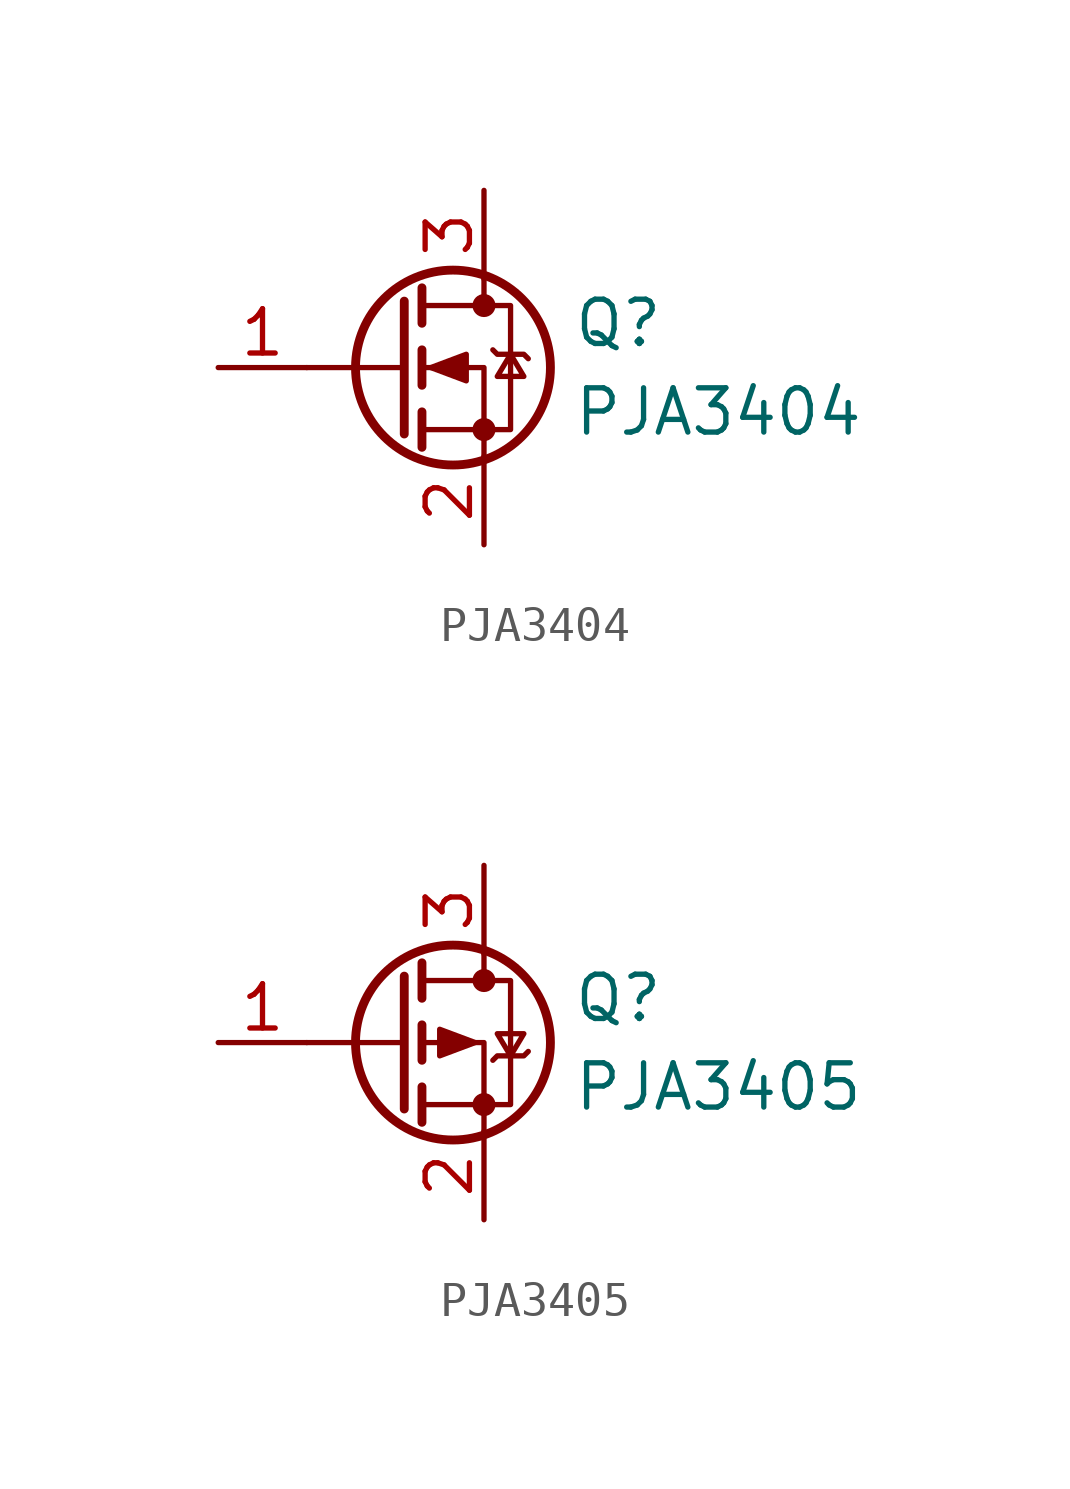
<source format=kicad_sym>
(kicad_symbol_lib
  (version 20211014)
  (generator kicad_symbol_editor)
  (symbol "PJA3404"
    (pin_names hide)
    (property "Reference" "Q"
      (at 5.08 1.27 0)
      (effects (font (size 1.27 1.27)) (justify left)))
    (property "Value" "PJA3404"
      (at 5.08 -1.27 0)
      (effects (font (size 1.27 1.27)) (justify left)))
    (symbol "PJA3404_0_1"
      (polyline (pts (xy 0.254 0) (xy -2.54 0)) (stroke (width 0) (type default) (color 0 0 0 0)) (fill (type none)))
      (polyline (pts (xy 0.254 1.905) (xy 0.254 -1.905)) (stroke (width 0.254) (type default) (color 0 0 0 0)) (fill (type none)))
      (polyline (pts (xy 0.762 -1.27) (xy 0.762 -2.286)) (stroke (width 0.254) (type default) (color 0 0 0 0)) (fill (type none)))
      (polyline (pts (xy 0.762 0.508) (xy 0.762 -0.508)) (stroke (width 0.254) (type default) (color 0 0 0 0)) (fill (type none)))
      (polyline (pts (xy 0.762 2.286) (xy 0.762 1.27)) (stroke (width 0.254) (type default) (color 0 0 0 0)) (fill (type none)))
      (polyline (pts (xy 2.54 2.54) (xy 2.54 1.778)) (stroke (width 0) (type default) (color 0 0 0 0)) (fill (type none)))
      (polyline (pts (xy 2.54 -2.54) (xy 2.54 0) (xy 0.762 0)) (stroke (width 0) (type default) (color 0 0 0 0)) (fill (type none)))
      (polyline (pts (xy 0.762 -1.778) (xy 3.302 -1.778) (xy 3.302 1.778) (xy 0.762 1.778)) (stroke (width 0) (type default) (color 0 0 0 0)) (fill (type none)))
      (polyline (pts (xy 1.016 0) (xy 2.032 0.381) (xy 2.032 -0.381) (xy 1.016 0)) (stroke (width 0) (type default) (color 0 0 0 0)) (fill (type outline)))
      (polyline (pts (xy 2.794 0.508) (xy 2.921 0.381) (xy 3.683 0.381) (xy 3.81 0.254)) (stroke (width 0) (type default) (color 0 0 0 0)) (fill (type none)))
      (polyline (pts (xy 3.302 0.381) (xy 2.921 -0.254) (xy 3.683 -0.254) (xy 3.302 0.381)) (stroke (width 0) (type default) (color 0 0 0 0)) (fill (type none)))
      (circle (center 1.651 0) (radius 2.794) (stroke (width 0.254) (type default) (color 0 0 0 0)) (fill (type none)))
      (circle (center 2.54 -1.778) (radius 0.254) (stroke (width 0) (type default) (color 0 0 0 0)) (fill (type outline)))
      (circle (center 2.54 1.778) (radius 0.254) (stroke (width 0) (type default) (color 0 0 0 0)) (fill (type outline))))
    (symbol "PJA3404_1_1"
      (pin input line (at -5.08 0 0) (length 2.54) (name "G" (effects (font (size 1.27 1.27)))) (number "1" (effects (font (size 1.27 1.27)))))
      (pin passive line (at 2.54 -5.08 90) (length 2.54) (name "S" (effects (font (size 1.27 1.27)))) (number "2" (effects (font (size 1.27 1.27)))))
      (pin passive line (at 2.54 5.08 270) (length 2.54) (name "D" (effects (font (size 1.27 1.27)))) (number "3" (effects (font (size 1.27 1.27)))))))
  (symbol "PJA3405"
    (pin_names hide)
    (property "Reference" "Q"
      (at 4.445 1.27 0)
      (effects (font (size 1.27 1.27)) (justify left)))
    (property "Value" "PJA3405"
      (at 4.445 -1.27 0)
      (effects (font (size 1.27 1.27)) (justify left)))
    (symbol "PJA3405_0_1"
      (polyline (pts (xy -0.381 0) (xy -3.175 0)) (stroke (width 0) (type default) (color 0 0 0 0)) (fill (type none)))
      (polyline (pts (xy -0.381 1.905) (xy -0.381 -1.905)) (stroke (width 0.254) (type default) (color 0 0 0 0)) (fill (type none)))
      (polyline (pts (xy 0.127 -1.27) (xy 0.127 -2.286)) (stroke (width 0.254) (type default) (color 0 0 0 0)) (fill (type none)))
      (polyline (pts (xy 0.127 0.508) (xy 0.127 -0.508)) (stroke (width 0.254) (type default) (color 0 0 0 0)) (fill (type none)))
      (polyline (pts (xy 0.127 2.286) (xy 0.127 1.27)) (stroke (width 0.254) (type default) (color 0 0 0 0)) (fill (type none)))
      (polyline (pts (xy 1.905 2.54) (xy 1.905 1.778)) (stroke (width 0) (type default) (color 0 0 0 0)) (fill (type none)))
      (polyline (pts (xy 1.905 -2.54) (xy 1.905 0) (xy 0.127 0)) (stroke (width 0) (type default) (color 0 0 0 0)) (fill (type none)))
      (polyline (pts (xy 0.127 1.778) (xy 2.667 1.778) (xy 2.667 -1.778) (xy 0.127 -1.778)) (stroke (width 0) (type default) (color 0 0 0 0)) (fill (type none)))
      (polyline (pts (xy 1.651 0) (xy 0.635 0.381) (xy 0.635 -0.381) (xy 1.651 0)) (stroke (width 0) (type default) (color 0 0 0 0)) (fill (type outline)))
      (polyline (pts (xy 2.159 -0.508) (xy 2.286 -0.381) (xy 3.048 -0.381) (xy 3.175 -0.254)) (stroke (width 0) (type default) (color 0 0 0 0)) (fill (type none)))
      (polyline (pts (xy 2.667 -0.381) (xy 2.286 0.254) (xy 3.048 0.254) (xy 2.667 -0.381)) (stroke (width 0) (type default) (color 0 0 0 0)) (fill (type none)))
      (circle (center 1.016 0) (radius 2.794) (stroke (width 0.254) (type default) (color 0 0 0 0)) (fill (type none)))
      (circle (center 1.905 -1.778) (radius 0.254) (stroke (width 0) (type default) (color 0 0 0 0)) (fill (type outline)))
      (circle (center 1.905 1.778) (radius 0.254) (stroke (width 0) (type default) (color 0 0 0 0)) (fill (type outline))))
    (symbol "PJA3405_1_1"
      (pin input line (at -5.715 0 0) (length 2.54) (name "G" (effects (font (size 1.27 1.27)))) (number "1" (effects (font (size 1.27 1.27)))))
      (pin passive line (at 1.905 -5.08 90) (length 2.54) (name "S" (effects (font (size 1.27 1.27)))) (number "2" (effects (font (size 1.27 1.27)))))
      (pin passive line (at 1.905 5.08 270) (length 2.54) (name "D" (effects (font (size 1.27 1.27)))) (number "3" (effects (font (size 1.27 1.27))))))))
</source>
